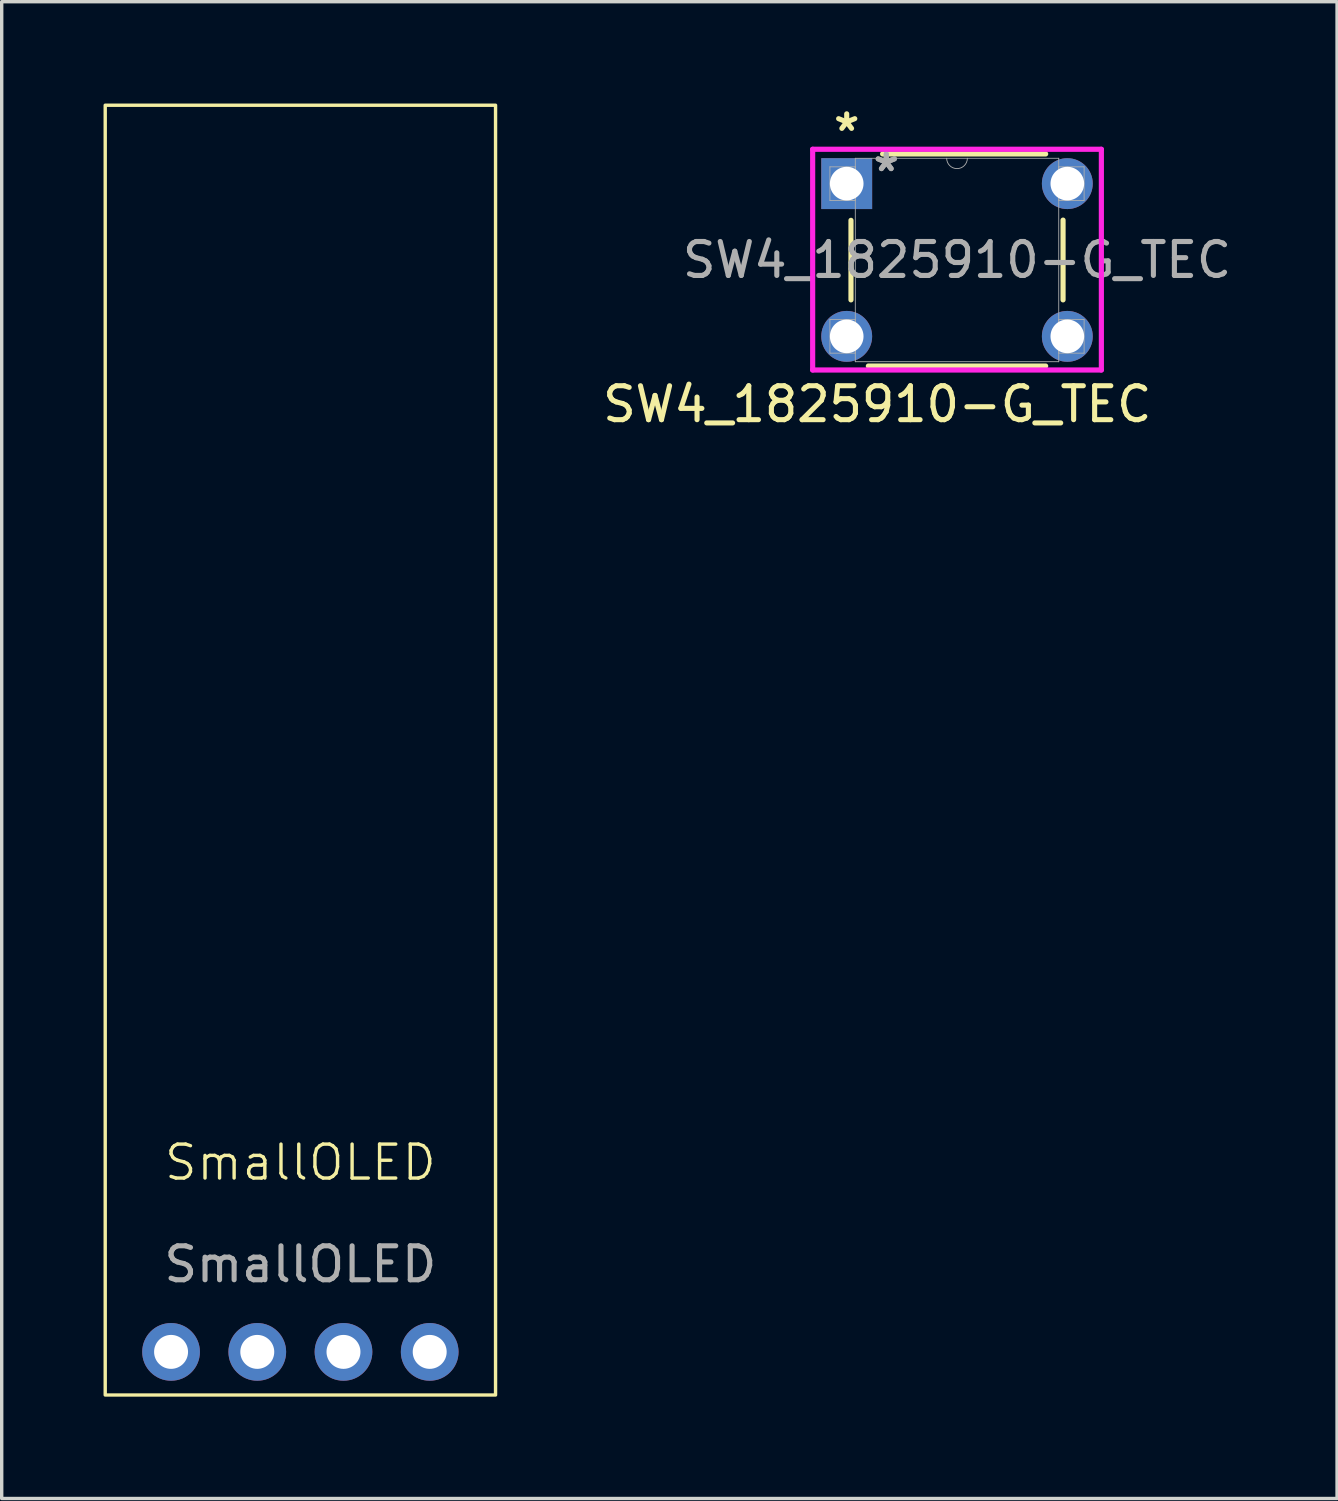
<source format=kicad_pcb>
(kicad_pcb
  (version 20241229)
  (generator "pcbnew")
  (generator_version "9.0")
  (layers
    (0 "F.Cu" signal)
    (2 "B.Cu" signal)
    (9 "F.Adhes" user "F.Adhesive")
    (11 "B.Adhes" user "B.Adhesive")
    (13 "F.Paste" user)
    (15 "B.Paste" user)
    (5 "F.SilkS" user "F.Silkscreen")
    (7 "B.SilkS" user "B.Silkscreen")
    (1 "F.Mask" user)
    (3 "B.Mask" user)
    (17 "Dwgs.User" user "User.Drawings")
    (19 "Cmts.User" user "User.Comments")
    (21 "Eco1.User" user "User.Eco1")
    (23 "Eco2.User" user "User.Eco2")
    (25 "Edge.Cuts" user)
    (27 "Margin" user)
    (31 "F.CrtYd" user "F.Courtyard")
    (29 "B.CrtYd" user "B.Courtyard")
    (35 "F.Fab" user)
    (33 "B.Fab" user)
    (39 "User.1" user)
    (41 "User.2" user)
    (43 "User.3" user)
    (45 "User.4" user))
  (footprint "SW4_1825910-G_TEC"
    (layer "F.Cu")
    (at 28.396 6.86)
    (property "Reference" "SW4_1825910-G_TEC" (at -5.6 2 0) (unlocked yes) (layer "F.SilkS") (effects (font (size 1 1) (thickness 0.15))))
    (attr through_hole)
    (fp_line (start -6.374 -3.418) (end -6.374 -1.075) (stroke (width 0.152) (type solid)) (layer "F.SilkS"))
    (fp_line (start -5.862 0.874) (end -0.638 0.874) (stroke (width 0.152) (type solid)) (layer "F.SilkS"))
    (fp_line (start -0.638 -5.374) (end -5.442 -5.374) (stroke (width 0.152) (type solid)) (layer "F.SilkS"))
    (fp_line (start -0.126 -1.075) (end -0.126 -3.425) (stroke (width 0.152) (type solid)) (layer "F.SilkS"))
    (fp_line (start -7.503 -5.512) (end 1.003 -5.512) (stroke (width 0.152) (type solid)) (layer "F.CrtYd"))
    (fp_line (start -7.503 0.991) (end -7.503 -5.512) (stroke (width 0.152) (type solid)) (layer "F.CrtYd"))
    (fp_line (start 1.003 -5.512) (end 1.003 0.991) (stroke (width 0.152) (type solid)) (layer "F.CrtYd"))
    (fp_line (start 1.003 0.991) (end -7.503 0.991) (stroke (width 0.152) (type solid)) (layer "F.CrtYd"))
    (fp_line (start -6.995 -4.995) (end -6.995 -4.005) (stroke (width 0.025) (type solid)) (layer "F.Fab"))
    (fp_line (start -6.995 -4.005) (end -6.247 -4.005) (stroke (width 0.025) (type solid)) (layer "F.Fab"))
    (fp_line (start -6.995 -0.495) (end -6.995 0.495) (stroke (width 0.025) (type solid)) (layer "F.Fab"))
    (fp_line (start -6.995 0.495) (end -6.247 0.495) (stroke (width 0.025) (type solid)) (layer "F.Fab"))
    (fp_line (start -6.247 -5.247) (end -6.247 0.747) (stroke (width 0.025) (type solid)) (layer "F.Fab"))
    (fp_line (start -6.247 -4.995) (end -6.995 -4.995) (stroke (width 0.025) (type solid)) (layer "F.Fab"))
    (fp_line (start -6.247 -4.005) (end -6.247 -4.995) (stroke (width 0.025) (type solid)) (layer "F.Fab"))
    (fp_line (start -6.247 -0.495) (end -6.995 -0.495) (stroke (width 0.025) (type solid)) (layer "F.Fab"))
    (fp_line (start -6.247 0.495) (end -6.247 -0.495) (stroke (width 0.025) (type solid)) (layer "F.Fab"))
    (fp_line (start -6.247 0.747) (end -0.253 0.747) (stroke (width 0.025) (type solid)) (layer "F.Fab"))
    (fp_line (start -0.253 -5.247) (end -6.247 -5.247) (stroke (width 0.025) (type solid)) (layer "F.Fab"))
    (fp_line (start -0.253 -4.995) (end -0.253 -4.005) (stroke (width 0.025) (type solid)) (layer "F.Fab"))
    (fp_line (start -0.253 -4.005) (end 0.495 -4.005) (stroke (width 0.025) (type solid)) (layer "F.Fab"))
    (fp_line (start -0.253 -0.495) (end -0.253 0.495) (stroke (width 0.025) (type solid)) (layer "F.Fab"))
    (fp_line (start -0.253 0.495) (end 0.495 0.495) (stroke (width 0.025) (type solid)) (layer "F.Fab"))
    (fp_line (start -0.253 0.747) (end -0.253 -5.247) (stroke (width 0.025) (type solid)) (layer "F.Fab"))
    (fp_line (start 0.495 -4.995) (end -0.253 -4.995) (stroke (width 0.025) (type solid)) (layer "F.Fab"))
    (fp_line (start 0.495 -4.005) (end 0.495 -4.995) (stroke (width 0.025) (type solid)) (layer "F.Fab"))
    (fp_line (start 0.495 -0.495) (end -0.253 -0.495) (stroke (width 0.025) (type solid)) (layer "F.Fab"))
    (fp_line (start 0.495 0.495) (end 0.495 -0.495) (stroke (width 0.025) (type solid)) (layer "F.Fab"))
    (fp_arc (start -2.9452 -5.247201) (mid -3.25 -4.942401) (end -3.5548 -5.247201) (stroke (width 0.0254) (type solid)) (layer "F.Fab"))
    (fp_text user "*" (at -6.5 -6.011 0) (layer "F.SilkS") (effects (font (size 1 1) (thickness 0.15))))
    (fp_text user "${REFERENCE}" (at -3.25 -2.25 0) (unlocked yes) (layer "F.Fab") (effects (font (size 1 1) (thickness 0.15))))
    (fp_text user "*" (at -5.334 -4.826 0) (layer "F.Fab") (effects (font (size 1 1) (thickness 0.15))))
    (fp_text user "*" (at -5.334 -4.826 0) (unlocked yes) (layer "F.Fab") (effects (font (size 1 1) (thickness 0.15))))
    (pad "1" thru_hole rect (at -6.5 -4.5) (size 1.499 1.499) (drill 0.991) (layers "*.Cu" "*.Mask"))
    (pad "2" thru_hole circle (at 0 -4.5) (size 1.499 1.499) (drill 0.991) (layers "*.Cu" "*.Mask"))
    (pad "3" thru_hole circle (at -6.5 0) (size 1.499 1.499) (drill 0.991) (layers "*.Cu" "*.Mask"))
    (pad "4" thru_hole circle (at 0 0) (size 1.499 1.499) (drill 0.991) (layers "*.Cu" "*.Mask")))
  (footprint "SmallOLED"
    (layer "F.Cu")
    (at 5.8 31.7)
    (property "Reference" "SmallOLED" (at 0 -0.5 0) (unlocked yes) (layer "F.SilkS") (effects (font (size 1 1) (thickness 0.1))))
    (attr through_hole)
    (fp_rect (start -5.75 -31.65) (end 5.75 6.35) (stroke (width 0.1) (type default)) (fill no) (layer "F.SilkS"))
    (fp_text user "${REFERENCE}" (at 0 2.5 0) (unlocked yes) (layer "F.Fab") (effects (font (size 1 1) (thickness 0.15))))
    (pad "1" thru_hole circle (at -3.81 5.08) (size 1.7 1.7) (drill 1) (layers "*.Cu" "*.Mask"))
    (pad "2" thru_hole circle (at -1.27 5.08) (size 1.7 1.7) (drill 1) (layers "*.Cu" "*.Mask"))
    (pad "3" thru_hole circle (at 1.27 5.08) (size 1.7 1.7) (drill 1) (layers "*.Cu" "*.Mask"))
    (pad "4" thru_hole circle (at 3.81 5.08) (size 1.7 1.7) (drill 1) (layers "*.Cu" "*.Mask")))
  (gr_rect
    (start -3 -3)
    (end 36.343 41.1)
    (stroke (width 0.1) (type default))
    (fill no)
    (layer "Edge.Cuts")))
</source>
